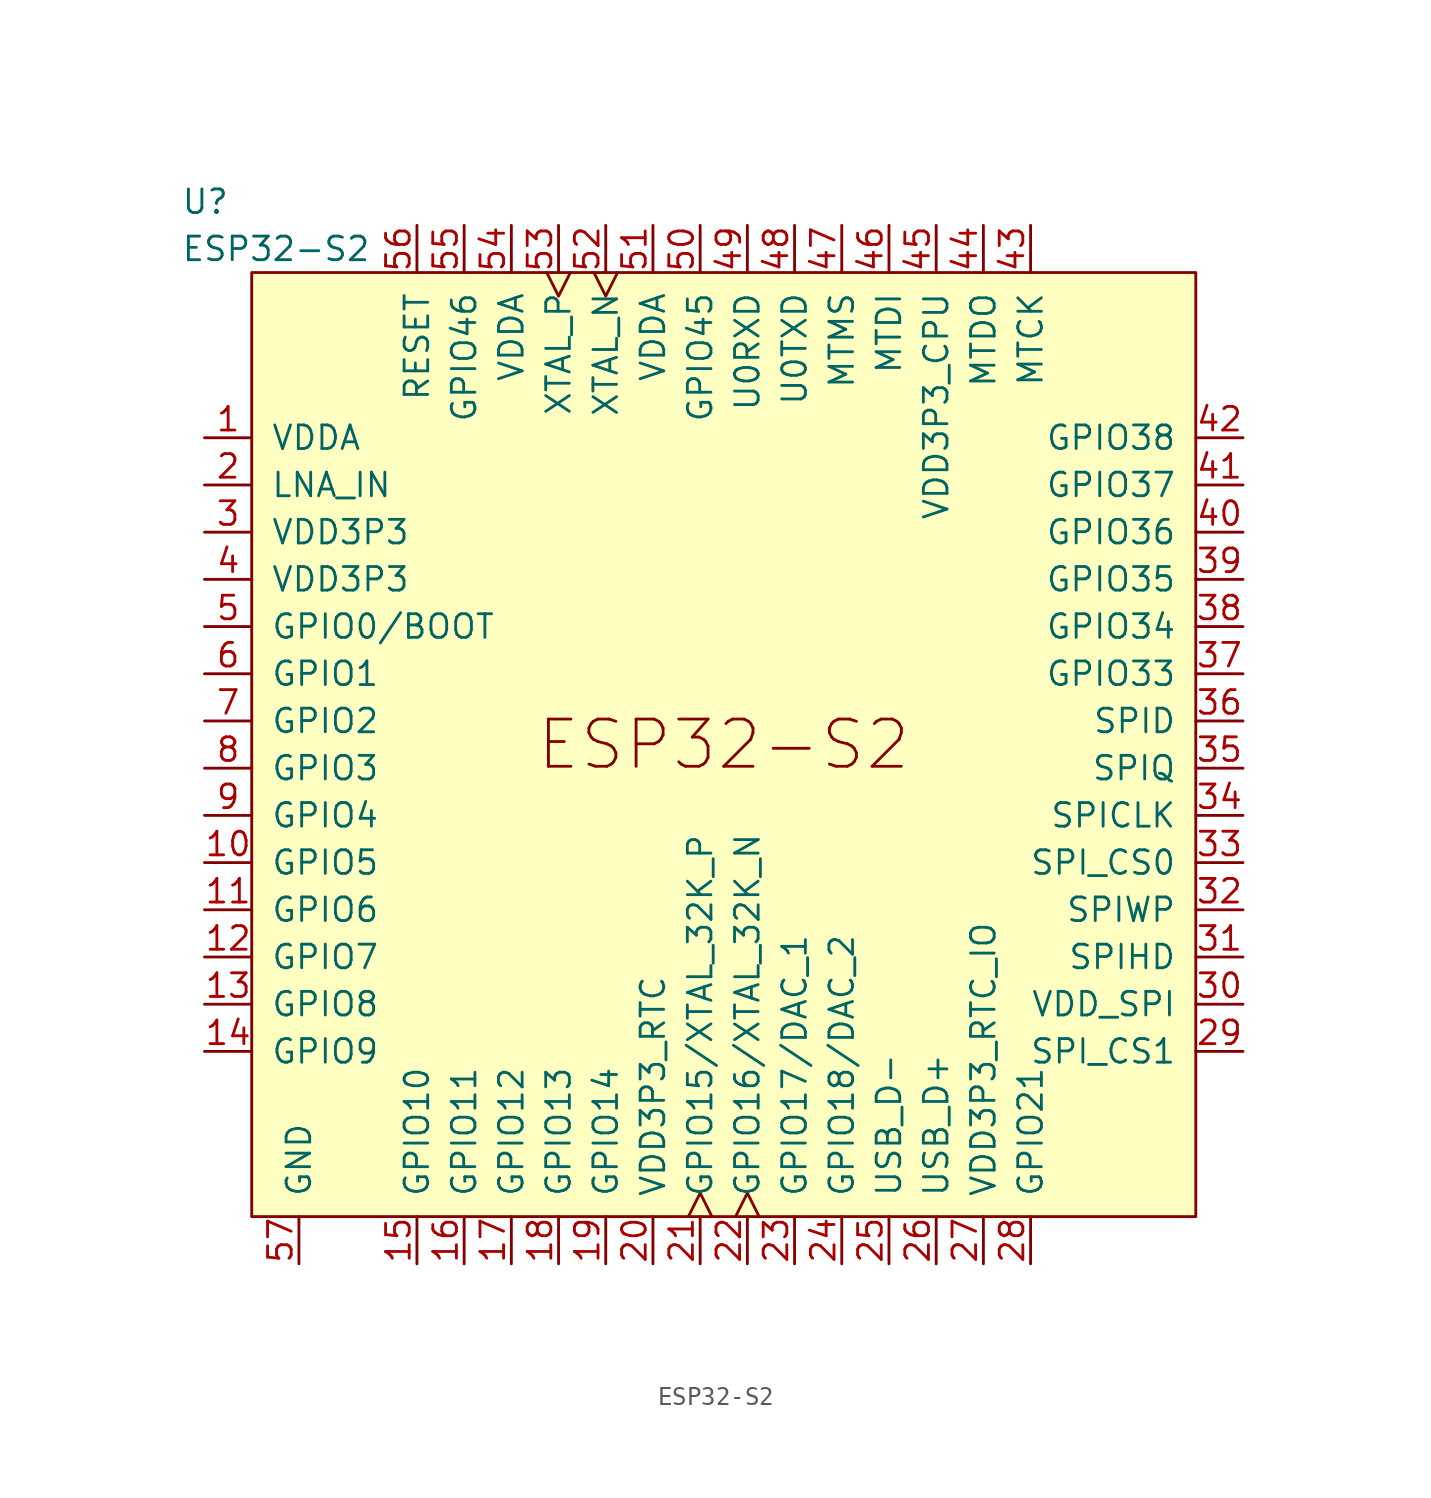
<source format=kicad_sym>
(kicad_symbol_lib
  (version 20211014)
  (generator kicad_symbol_editor)
  (symbol "ESP32-S2"
    (pin_names
      (offset 1.016))
    (property "Reference" "U"
      (at -29.21 29.21 0)
      (effects (font (size 1.27 1.27)) (justify left)))
    (property "Value" "ESP32-S2"
      (at -29.21 26.67 0)
      (effects (font (size 1.27 1.27)) (justify left)))
    (symbol "ESP32-S2_0_0"
      (text "ESP32-S2" (at 0 0 0) (effects (font (size 2.54 2.54)))))
    (symbol "ESP32-S2_0_1"
      (rectangle (start -25.4 25.4) (end 25.4 -25.4) (stroke (width 0) (type default) (color 0 0 0 0)) (fill (type background))))
    (symbol "ESP32-S2_1_1"
      (pin power_in line (at -27.94 16.51 0) (length 2.54) (name "VDDA" (effects (font (size 1.27 1.27)))) (number "1" (effects (font (size 1.27 1.27)))))
      (pin bidirectional line (at -27.94 -6.35 0) (length 2.54) (name "GPIO5" (effects (font (size 1.27 1.27)))) (number "10" (effects (font (size 1.27 1.27)))))
      (pin bidirectional line (at -27.94 -8.89 0) (length 2.54) (name "GPIO6" (effects (font (size 1.27 1.27)))) (number "11" (effects (font (size 1.27 1.27)))))
      (pin bidirectional line (at -27.94 -11.43 0) (length 2.54) (name "GPIO7" (effects (font (size 1.27 1.27)))) (number "12" (effects (font (size 1.27 1.27)))))
      (pin bidirectional line (at -27.94 -13.97 0) (length 2.54) (name "GPIO8" (effects (font (size 1.27 1.27)))) (number "13" (effects (font (size 1.27 1.27)))))
      (pin bidirectional line (at -27.94 -16.51 0) (length 2.54) (name "GPIO9" (effects (font (size 1.27 1.27)))) (number "14" (effects (font (size 1.27 1.27)))))
      (pin bidirectional line (at -16.51 -27.94 90) (length 2.54) (name "GPIO10" (effects (font (size 1.27 1.27)))) (number "15" (effects (font (size 1.27 1.27)))))
      (pin bidirectional line (at -13.97 -27.94 90) (length 2.54) (name "GPIO11" (effects (font (size 1.27 1.27)))) (number "16" (effects (font (size 1.27 1.27)))))
      (pin bidirectional line (at -11.43 -27.94 90) (length 2.54) (name "GPIO12" (effects (font (size 1.27 1.27)))) (number "17" (effects (font (size 1.27 1.27)))))
      (pin bidirectional line (at -8.89 -27.94 90) (length 2.54) (name "GPIO13" (effects (font (size 1.27 1.27)))) (number "18" (effects (font (size 1.27 1.27)))))
      (pin bidirectional line (at -6.35 -27.94 90) (length 2.54) (name "GPIO14" (effects (font (size 1.27 1.27)))) (number "19" (effects (font (size 1.27 1.27)))))
      (pin bidirectional line (at -27.94 13.97 0) (length 2.54) (name "LNA_IN" (effects (font (size 1.27 1.27)))) (number "2" (effects (font (size 1.27 1.27)))))
      (pin power_in line (at -3.81 -27.94 90) (length 2.54) (name "VDD3P3_RTC" (effects (font (size 1.27 1.27)))) (number "20" (effects (font (size 1.27 1.27)))))
      (pin bidirectional clock (at -1.27 -27.94 90) (length 2.54) (name "GPIO15/XTAL_32K_P" (effects (font (size 1.27 1.27)))) (number "21" (effects (font (size 1.27 1.27)))))
      (pin bidirectional clock (at 1.27 -27.94 90) (length 2.54) (name "GPIO16/XTAL_32K_N" (effects (font (size 1.27 1.27)))) (number "22" (effects (font (size 1.27 1.27)))))
      (pin bidirectional line (at 3.81 -27.94 90) (length 2.54) (name "GPIO17/DAC_1" (effects (font (size 1.27 1.27)))) (number "23" (effects (font (size 1.27 1.27)))))
      (pin bidirectional line (at 6.35 -27.94 90) (length 2.54) (name "GPIO18/DAC_2" (effects (font (size 1.27 1.27)))) (number "24" (effects (font (size 1.27 1.27)))))
      (pin bidirectional line (at 8.89 -27.94 90) (length 2.54) (name "USB_D-" (effects (font (size 1.27 1.27)))) (number "25" (effects (font (size 1.27 1.27)))))
      (pin bidirectional line (at 11.43 -27.94 90) (length 2.54) (name "USB_D+" (effects (font (size 1.27 1.27)))) (number "26" (effects (font (size 1.27 1.27)))))
      (pin power_in line (at 13.97 -27.94 90) (length 2.54) (name "VDD3P3_RTC_IO" (effects (font (size 1.27 1.27)))) (number "27" (effects (font (size 1.27 1.27)))))
      (pin bidirectional line (at 16.51 -27.94 90) (length 2.54) (name "GPIO21" (effects (font (size 1.27 1.27)))) (number "28" (effects (font (size 1.27 1.27)))))
      (pin bidirectional line (at 27.94 -16.51 180) (length 2.54) (name "SPI_CS1" (effects (font (size 1.27 1.27)))) (number "29" (effects (font (size 1.27 1.27)))))
      (pin power_in line (at -27.94 11.43 0) (length 2.54) (name "VDD3P3" (effects (font (size 1.27 1.27)))) (number "3" (effects (font (size 1.27 1.27)))))
      (pin power_in line (at 27.94 -13.97 180) (length 2.54) (name "VDD_SPI" (effects (font (size 1.27 1.27)))) (number "30" (effects (font (size 1.27 1.27)))))
      (pin bidirectional line (at 27.94 -11.43 180) (length 2.54) (name "SPIHD" (effects (font (size 1.27 1.27)))) (number "31" (effects (font (size 1.27 1.27)))))
      (pin bidirectional line (at 27.94 -8.89 180) (length 2.54) (name "SPIWP" (effects (font (size 1.27 1.27)))) (number "32" (effects (font (size 1.27 1.27)))))
      (pin bidirectional line (at 27.94 -6.35 180) (length 2.54) (name "SPI_CS0" (effects (font (size 1.27 1.27)))) (number "33" (effects (font (size 1.27 1.27)))))
      (pin bidirectional line (at 27.94 -3.81 180) (length 2.54) (name "SPICLK" (effects (font (size 1.27 1.27)))) (number "34" (effects (font (size 1.27 1.27)))))
      (pin bidirectional line (at 27.94 -1.27 180) (length 2.54) (name "SPIQ" (effects (font (size 1.27 1.27)))) (number "35" (effects (font (size 1.27 1.27)))))
      (pin bidirectional line (at 27.94 1.27 180) (length 2.54) (name "SPID" (effects (font (size 1.27 1.27)))) (number "36" (effects (font (size 1.27 1.27)))))
      (pin bidirectional line (at 27.94 3.81 180) (length 2.54) (name "GPIO33" (effects (font (size 1.27 1.27)))) (number "37" (effects (font (size 1.27 1.27)))))
      (pin bidirectional line (at 27.94 6.35 180) (length 2.54) (name "GPIO34" (effects (font (size 1.27 1.27)))) (number "38" (effects (font (size 1.27 1.27)))))
      (pin bidirectional line (at 27.94 8.89 180) (length 2.54) (name "GPIO35" (effects (font (size 1.27 1.27)))) (number "39" (effects (font (size 1.27 1.27)))))
      (pin passive line (at -27.94 8.89 0) (length 2.54) (name "VDD3P3" (effects (font (size 1.27 1.27)))) (number "4" (effects (font (size 1.27 1.27)))))
      (pin bidirectional line (at 27.94 11.43 180) (length 2.54) (name "GPIO36" (effects (font (size 1.27 1.27)))) (number "40" (effects (font (size 1.27 1.27)))))
      (pin bidirectional line (at 27.94 13.97 180) (length 2.54) (name "GPIO37" (effects (font (size 1.27 1.27)))) (number "41" (effects (font (size 1.27 1.27)))))
      (pin bidirectional line (at 27.94 16.51 180) (length 2.54) (name "GPIO38" (effects (font (size 1.27 1.27)))) (number "42" (effects (font (size 1.27 1.27)))))
      (pin input line (at 16.51 27.94 270) (length 2.54) (name "MTCK" (effects (font (size 1.27 1.27)))) (number "43" (effects (font (size 1.27 1.27)))))
      (pin output line (at 13.97 27.94 270) (length 2.54) (name "MTDO" (effects (font (size 1.27 1.27)))) (number "44" (effects (font (size 1.27 1.27)))))
      (pin power_in line (at 11.43 27.94 270) (length 2.54) (name "VDD3P3_CPU" (effects (font (size 1.27 1.27)))) (number "45" (effects (font (size 1.27 1.27)))))
      (pin input line (at 8.89 27.94 270) (length 2.54) (name "MTDI" (effects (font (size 1.27 1.27)))) (number "46" (effects (font (size 1.27 1.27)))))
      (pin output line (at 6.35 27.94 270) (length 2.54) (name "MTMS" (effects (font (size 1.27 1.27)))) (number "47" (effects (font (size 1.27 1.27)))))
      (pin bidirectional line (at 3.81 27.94 270) (length 2.54) (name "U0TXD" (effects (font (size 1.27 1.27)))) (number "48" (effects (font (size 1.27 1.27)))))
      (pin bidirectional line (at 1.27 27.94 270) (length 2.54) (name "U0RXD" (effects (font (size 1.27 1.27)))) (number "49" (effects (font (size 1.27 1.27)))))
      (pin bidirectional line (at -27.94 6.35 0) (length 2.54) (name "GPIO0/BOOT" (effects (font (size 1.27 1.27)))) (number "5" (effects (font (size 1.27 1.27)))))
      (pin bidirectional line (at -1.27 27.94 270) (length 2.54) (name "GPIO45" (effects (font (size 1.27 1.27)))) (number "50" (effects (font (size 1.27 1.27)))))
      (pin passive line (at -3.81 27.94 270) (length 2.54) (name "VDDA" (effects (font (size 1.27 1.27)))) (number "51" (effects (font (size 1.27 1.27)))))
      (pin bidirectional clock (at -6.35 27.94 270) (length 2.54) (name "XTAL_N" (effects (font (size 1.27 1.27)))) (number "52" (effects (font (size 1.27 1.27)))))
      (pin bidirectional clock (at -8.89 27.94 270) (length 2.54) (name "XTAL_P" (effects (font (size 1.27 1.27)))) (number "53" (effects (font (size 1.27 1.27)))))
      (pin passive line (at -11.43 27.94 270) (length 2.54) (name "VDDA" (effects (font (size 1.27 1.27)))) (number "54" (effects (font (size 1.27 1.27)))))
      (pin input line (at -13.97 27.94 270) (length 2.54) (name "GPIO46" (effects (font (size 1.27 1.27)))) (number "55" (effects (font (size 1.27 1.27)))))
      (pin bidirectional line (at -16.51 27.94 270) (length 2.54) (name "RESET" (effects (font (size 1.27 1.27)))) (number "56" (effects (font (size 1.27 1.27)))))
      (pin power_in line (at -22.86 -27.94 90) (length 2.54) (name "GND" (effects (font (size 1.27 1.27)))) (number "57" (effects (font (size 1.27 1.27)))))
      (pin bidirectional line (at -27.94 3.81 0) (length 2.54) (name "GPIO1" (effects (font (size 1.27 1.27)))) (number "6" (effects (font (size 1.27 1.27)))))
      (pin bidirectional line (at -27.94 1.27 0) (length 2.54) (name "GPIO2" (effects (font (size 1.27 1.27)))) (number "7" (effects (font (size 1.27 1.27)))))
      (pin bidirectional line (at -27.94 -1.27 0) (length 2.54) (name "GPIO3" (effects (font (size 1.27 1.27)))) (number "8" (effects (font (size 1.27 1.27)))))
      (pin bidirectional line (at -27.94 -3.81 0) (length 2.54) (name "GPIO4" (effects (font (size 1.27 1.27)))) (number "9" (effects (font (size 1.27 1.27))))))))
</source>
